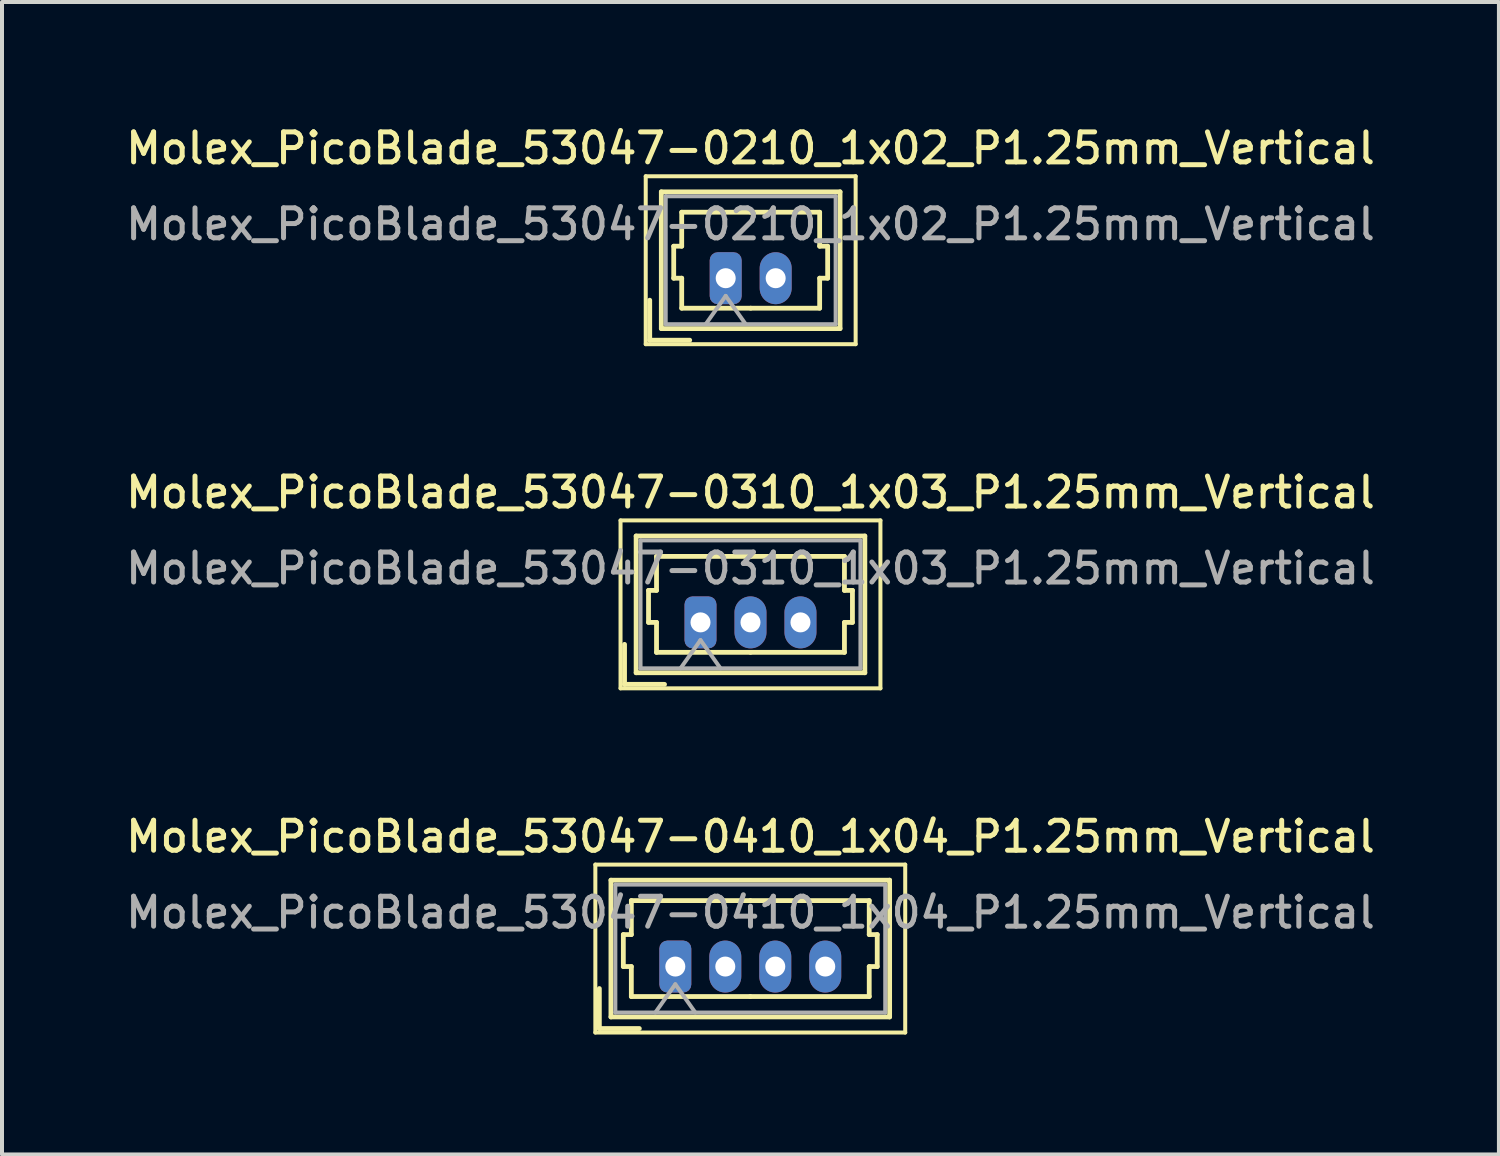
<source format=kicad_pcb>
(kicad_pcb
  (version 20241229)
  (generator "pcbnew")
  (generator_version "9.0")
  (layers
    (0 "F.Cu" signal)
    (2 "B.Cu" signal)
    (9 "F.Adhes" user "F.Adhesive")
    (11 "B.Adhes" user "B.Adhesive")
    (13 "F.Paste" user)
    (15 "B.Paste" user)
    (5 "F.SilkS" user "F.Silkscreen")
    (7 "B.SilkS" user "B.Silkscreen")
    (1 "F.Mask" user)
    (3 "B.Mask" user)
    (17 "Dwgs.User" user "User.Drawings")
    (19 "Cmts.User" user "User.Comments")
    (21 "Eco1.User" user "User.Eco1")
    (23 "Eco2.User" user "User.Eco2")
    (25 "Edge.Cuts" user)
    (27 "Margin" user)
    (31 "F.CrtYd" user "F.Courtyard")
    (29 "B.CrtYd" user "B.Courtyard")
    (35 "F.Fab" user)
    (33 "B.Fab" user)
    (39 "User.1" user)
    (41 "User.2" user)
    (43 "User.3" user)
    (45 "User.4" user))
  (footprint "Molex_PicoBlade_53047-0210_1x02_P1.25mm_Vertical"
    (layer "F.Cu")
    (at 15.1 3.908)
    (property "Reference" "Molex_PicoBlade_53047-0210_1x02_P1.25mm_Vertical" (at 0.62 -3.25 0) (layer "F.SilkS") (effects (font (size 0.75 0.75) (thickness 0.125))))
    (attr through_hole)
    (fp_line (start -2 -2.55) (end -2 1.65) (stroke (width 0.1) (type solid)) (layer "F.SilkS"))
    (fp_line (start -2 1.65) (end 3.25 1.65) (stroke (width 0.1) (type solid)) (layer "F.SilkS"))
    (fp_line (start -1.9 1.55) (end -1.9 0.55) (stroke (width 0.12) (type solid)) (layer "F.SilkS"))
    (fp_line (start -1.9 1.55) (end -0.9 1.55) (stroke (width 0.12) (type solid)) (layer "F.SilkS"))
    (fp_line (start -1.61 -2.16) (end -1.61 1.26) (stroke (width 0.12) (type solid)) (layer "F.SilkS"))
    (fp_line (start -1.61 1.26) (end 2.86 1.26) (stroke (width 0.12) (type solid)) (layer "F.SilkS"))
    (fp_line (start -1.3 -0.8) (end -1.1 -0.8) (stroke (width 0.12) (type solid)) (layer "F.SilkS"))
    (fp_line (start -1.3 0) (end -1.3 -0.8) (stroke (width 0.12) (type solid)) (layer "F.SilkS"))
    (fp_line (start -1.1 -1.65) (end 0.625 -1.65) (stroke (width 0.12) (type solid)) (layer "F.SilkS"))
    (fp_line (start -1.1 -0.8) (end -1.1 -1.65) (stroke (width 0.12) (type solid)) (layer "F.SilkS"))
    (fp_line (start -1.1 0) (end -1.3 0) (stroke (width 0.12) (type solid)) (layer "F.SilkS"))
    (fp_line (start -1.1 0.75) (end -1.1 0) (stroke (width 0.12) (type solid)) (layer "F.SilkS"))
    (fp_line (start 0.625 0.75) (end -1.1 0.75) (stroke (width 0.12) (type solid)) (layer "F.SilkS"))
    (fp_line (start 0.625 0.75) (end 2.35 0.75) (stroke (width 0.12) (type solid)) (layer "F.SilkS"))
    (fp_line (start 2.35 -1.65) (end 0.625 -1.65) (stroke (width 0.12) (type solid)) (layer "F.SilkS"))
    (fp_line (start 2.35 -0.8) (end 2.35 -1.65) (stroke (width 0.12) (type solid)) (layer "F.SilkS"))
    (fp_line (start 2.35 0) (end 2.55 0) (stroke (width 0.12) (type solid)) (layer "F.SilkS"))
    (fp_line (start 2.35 0.75) (end 2.35 0) (stroke (width 0.12) (type solid)) (layer "F.SilkS"))
    (fp_line (start 2.55 -0.8) (end 2.35 -0.8) (stroke (width 0.12) (type solid)) (layer "F.SilkS"))
    (fp_line (start 2.55 0) (end 2.55 -0.8) (stroke (width 0.12) (type solid)) (layer "F.SilkS"))
    (fp_line (start 2.86 -2.16) (end -1.61 -2.16) (stroke (width 0.12) (type solid)) (layer "F.SilkS"))
    (fp_line (start 2.86 1.26) (end 2.86 -2.16) (stroke (width 0.12) (type solid)) (layer "F.SilkS"))
    (fp_line (start 3.25 -2.55) (end -2 -2.55) (stroke (width 0.1) (type solid)) (layer "F.SilkS"))
    (fp_line (start 3.25 1.65) (end 3.25 -2.55) (stroke (width 0.1) (type solid)) (layer "F.SilkS"))
    (fp_line (start -1.5 -2.05) (end -1.5 1.15) (stroke (width 0.1) (type solid)) (layer "F.Fab"))
    (fp_line (start -1.5 1.15) (end 2.75 1.15) (stroke (width 0.1) (type solid)) (layer "F.Fab"))
    (fp_line (start -0.5 1.15) (end 0 0.443) (stroke (width 0.1) (type solid)) (layer "F.Fab"))
    (fp_line (start 0 0.443) (end 0.5 1.15) (stroke (width 0.1) (type solid)) (layer "F.Fab"))
    (fp_line (start 2.75 -2.05) (end -1.5 -2.05) (stroke (width 0.1) (type solid)) (layer "F.Fab"))
    (fp_line (start 2.75 1.15) (end 2.75 -2.05) (stroke (width 0.1) (type solid)) (layer "F.Fab"))
    (fp_text user "${REFERENCE}" (at 0.62 -1.35 0) (layer "F.Fab") (effects (font (size 0.75 0.75) (thickness 0.125))))
    (pad "1" thru_hole roundrect (at 0 0) (size 0.8 1.3) (drill 0.5) (layers "*.Cu" "*.Mask") (roundrect_rratio 0.25))
    (pad "2" thru_hole oval (at 1.25 0) (size 0.8 1.3) (drill 0.5) (layers "*.Cu" "*.Mask")))
  (footprint "Molex_PicoBlade_53047-0310_1x03_P1.25mm_Vertical"
    (layer "F.Cu")
    (at 14.47 12.516)
    (property "Reference" "Molex_PicoBlade_53047-0310_1x03_P1.25mm_Vertical" (at 1.25 -3.25 0) (layer "F.SilkS") (effects (font (size 0.75 0.75) (thickness 0.125))))
    (attr through_hole)
    (fp_line (start -2 -2.55) (end -2 1.65) (stroke (width 0.1) (type solid)) (layer "F.SilkS"))
    (fp_line (start -2 1.65) (end 4.5 1.65) (stroke (width 0.1) (type solid)) (layer "F.SilkS"))
    (fp_line (start -1.9 1.55) (end -1.9 0.55) (stroke (width 0.12) (type solid)) (layer "F.SilkS"))
    (fp_line (start -1.9 1.55) (end -0.9 1.55) (stroke (width 0.12) (type solid)) (layer "F.SilkS"))
    (fp_line (start -1.61 -2.16) (end -1.61 1.26) (stroke (width 0.12) (type solid)) (layer "F.SilkS"))
    (fp_line (start -1.61 1.26) (end 4.11 1.26) (stroke (width 0.12) (type solid)) (layer "F.SilkS"))
    (fp_line (start -1.3 -0.8) (end -1.1 -0.8) (stroke (width 0.12) (type solid)) (layer "F.SilkS"))
    (fp_line (start -1.3 0) (end -1.3 -0.8) (stroke (width 0.12) (type solid)) (layer "F.SilkS"))
    (fp_line (start -1.1 -1.65) (end 1.25 -1.65) (stroke (width 0.12) (type solid)) (layer "F.SilkS"))
    (fp_line (start -1.1 -0.8) (end -1.1 -1.65) (stroke (width 0.12) (type solid)) (layer "F.SilkS"))
    (fp_line (start -1.1 0) (end -1.3 0) (stroke (width 0.12) (type solid)) (layer "F.SilkS"))
    (fp_line (start -1.1 0.75) (end -1.1 0) (stroke (width 0.12) (type solid)) (layer "F.SilkS"))
    (fp_line (start 1.25 0.75) (end -1.1 0.75) (stroke (width 0.12) (type solid)) (layer "F.SilkS"))
    (fp_line (start 1.25 0.75) (end 3.6 0.75) (stroke (width 0.12) (type solid)) (layer "F.SilkS"))
    (fp_line (start 3.6 -1.65) (end 1.25 -1.65) (stroke (width 0.12) (type solid)) (layer "F.SilkS"))
    (fp_line (start 3.6 -0.8) (end 3.6 -1.65) (stroke (width 0.12) (type solid)) (layer "F.SilkS"))
    (fp_line (start 3.6 0) (end 3.8 0) (stroke (width 0.12) (type solid)) (layer "F.SilkS"))
    (fp_line (start 3.6 0.75) (end 3.6 0) (stroke (width 0.12) (type solid)) (layer "F.SilkS"))
    (fp_line (start 3.8 -0.8) (end 3.6 -0.8) (stroke (width 0.12) (type solid)) (layer "F.SilkS"))
    (fp_line (start 3.8 0) (end 3.8 -0.8) (stroke (width 0.12) (type solid)) (layer "F.SilkS"))
    (fp_line (start 4.11 -2.16) (end -1.61 -2.16) (stroke (width 0.12) (type solid)) (layer "F.SilkS"))
    (fp_line (start 4.11 1.26) (end 4.11 -2.16) (stroke (width 0.12) (type solid)) (layer "F.SilkS"))
    (fp_line (start 4.5 -2.55) (end -2 -2.55) (stroke (width 0.1) (type solid)) (layer "F.SilkS"))
    (fp_line (start 4.5 1.65) (end 4.5 -2.55) (stroke (width 0.1) (type solid)) (layer "F.SilkS"))
    (fp_line (start -1.5 -2.05) (end -1.5 1.15) (stroke (width 0.1) (type solid)) (layer "F.Fab"))
    (fp_line (start -1.5 1.15) (end 4 1.15) (stroke (width 0.1) (type solid)) (layer "F.Fab"))
    (fp_line (start -0.5 1.15) (end 0 0.443) (stroke (width 0.1) (type solid)) (layer "F.Fab"))
    (fp_line (start 0 0.443) (end 0.5 1.15) (stroke (width 0.1) (type solid)) (layer "F.Fab"))
    (fp_line (start 4 -2.05) (end -1.5 -2.05) (stroke (width 0.1) (type solid)) (layer "F.Fab"))
    (fp_line (start 4 1.15) (end 4 -2.05) (stroke (width 0.1) (type solid)) (layer "F.Fab"))
    (fp_text user "${REFERENCE}" (at 1.25 -1.35 0) (layer "F.Fab") (effects (font (size 0.75 0.75) (thickness 0.125))))
    (pad "1" thru_hole roundrect (at 0 0) (size 0.8 1.3) (drill 0.5) (layers "*.Cu" "*.Mask") (roundrect_rratio 0.25))
    (pad "2" thru_hole oval (at 1.25 0) (size 0.8 1.3) (drill 0.5) (layers "*.Cu" "*.Mask"))
    (pad "3" thru_hole oval (at 2.5 0) (size 0.8 1.3) (drill 0.5) (layers "*.Cu" "*.Mask")))
  (footprint "Molex_PicoBlade_53047-0410_1x04_P1.25mm_Vertical"
    (layer "F.Cu")
    (at 13.84 21.124)
    (property "Reference" "Molex_PicoBlade_53047-0410_1x04_P1.25mm_Vertical" (at 1.88 -3.25 0) (layer "F.SilkS") (effects (font (size 0.75 0.75) (thickness 0.125))))
    (attr through_hole)
    (fp_line (start -2 -2.55) (end -2 1.65) (stroke (width 0.1) (type solid)) (layer "F.SilkS"))
    (fp_line (start -2 1.65) (end 5.75 1.65) (stroke (width 0.1) (type solid)) (layer "F.SilkS"))
    (fp_line (start -1.9 1.55) (end -1.9 0.55) (stroke (width 0.12) (type solid)) (layer "F.SilkS"))
    (fp_line (start -1.9 1.55) (end -0.9 1.55) (stroke (width 0.12) (type solid)) (layer "F.SilkS"))
    (fp_line (start -1.61 -2.16) (end -1.61 1.26) (stroke (width 0.12) (type solid)) (layer "F.SilkS"))
    (fp_line (start -1.61 1.26) (end 5.36 1.26) (stroke (width 0.12) (type solid)) (layer "F.SilkS"))
    (fp_line (start -1.3 -0.8) (end -1.1 -0.8) (stroke (width 0.12) (type solid)) (layer "F.SilkS"))
    (fp_line (start -1.3 0) (end -1.3 -0.8) (stroke (width 0.12) (type solid)) (layer "F.SilkS"))
    (fp_line (start -1.1 -1.65) (end 1.875 -1.65) (stroke (width 0.12) (type solid)) (layer "F.SilkS"))
    (fp_line (start -1.1 -0.8) (end -1.1 -1.65) (stroke (width 0.12) (type solid)) (layer "F.SilkS"))
    (fp_line (start -1.1 0) (end -1.3 0) (stroke (width 0.12) (type solid)) (layer "F.SilkS"))
    (fp_line (start -1.1 0.75) (end -1.1 0) (stroke (width 0.12) (type solid)) (layer "F.SilkS"))
    (fp_line (start 1.875 0.75) (end -1.1 0.75) (stroke (width 0.12) (type solid)) (layer "F.SilkS"))
    (fp_line (start 1.875 0.75) (end 4.85 0.75) (stroke (width 0.12) (type solid)) (layer "F.SilkS"))
    (fp_line (start 4.85 -1.65) (end 1.875 -1.65) (stroke (width 0.12) (type solid)) (layer "F.SilkS"))
    (fp_line (start 4.85 -0.8) (end 4.85 -1.65) (stroke (width 0.12) (type solid)) (layer "F.SilkS"))
    (fp_line (start 4.85 0) (end 5.05 0) (stroke (width 0.12) (type solid)) (layer "F.SilkS"))
    (fp_line (start 4.85 0.75) (end 4.85 0) (stroke (width 0.12) (type solid)) (layer "F.SilkS"))
    (fp_line (start 5.05 -0.8) (end 4.85 -0.8) (stroke (width 0.12) (type solid)) (layer "F.SilkS"))
    (fp_line (start 5.05 0) (end 5.05 -0.8) (stroke (width 0.12) (type solid)) (layer "F.SilkS"))
    (fp_line (start 5.36 -2.16) (end -1.61 -2.16) (stroke (width 0.12) (type solid)) (layer "F.SilkS"))
    (fp_line (start 5.36 1.26) (end 5.36 -2.16) (stroke (width 0.12) (type solid)) (layer "F.SilkS"))
    (fp_line (start 5.75 -2.55) (end -2 -2.55) (stroke (width 0.1) (type solid)) (layer "F.SilkS"))
    (fp_line (start 5.75 1.65) (end 5.75 -2.55) (stroke (width 0.1) (type solid)) (layer "F.SilkS"))
    (fp_line (start -1.5 -2.05) (end -1.5 1.15) (stroke (width 0.1) (type solid)) (layer "F.Fab"))
    (fp_line (start -1.5 1.15) (end 5.25 1.15) (stroke (width 0.1) (type solid)) (layer "F.Fab"))
    (fp_line (start -0.5 1.15) (end 0 0.443) (stroke (width 0.1) (type solid)) (layer "F.Fab"))
    (fp_line (start 0 0.443) (end 0.5 1.15) (stroke (width 0.1) (type solid)) (layer "F.Fab"))
    (fp_line (start 5.25 -2.05) (end -1.5 -2.05) (stroke (width 0.1) (type solid)) (layer "F.Fab"))
    (fp_line (start 5.25 1.15) (end 5.25 -2.05) (stroke (width 0.1) (type solid)) (layer "F.Fab"))
    (fp_text user "${REFERENCE}" (at 1.88 -1.35 0) (layer "F.Fab") (effects (font (size 0.75 0.75) (thickness 0.125))))
    (pad "1" thru_hole roundrect (at 0 0) (size 0.8 1.3) (drill 0.5) (layers "*.Cu" "*.Mask") (roundrect_rratio 0.25))
    (pad "2" thru_hole oval (at 1.25 0) (size 0.8 1.3) (drill 0.5) (layers "*.Cu" "*.Mask"))
    (pad "3" thru_hole oval (at 2.5 0) (size 0.8 1.3) (drill 0.5) (layers "*.Cu" "*.Mask"))
    (pad "4" thru_hole oval (at 3.75 0) (size 0.8 1.3) (drill 0.5) (layers "*.Cu" "*.Mask")))
  (gr_rect
    (start -3 -3)
    (end 34.439 25.824)
    (stroke (width 0.1) (type default))
    (fill no)
    (layer "Edge.Cuts")))
</source>
